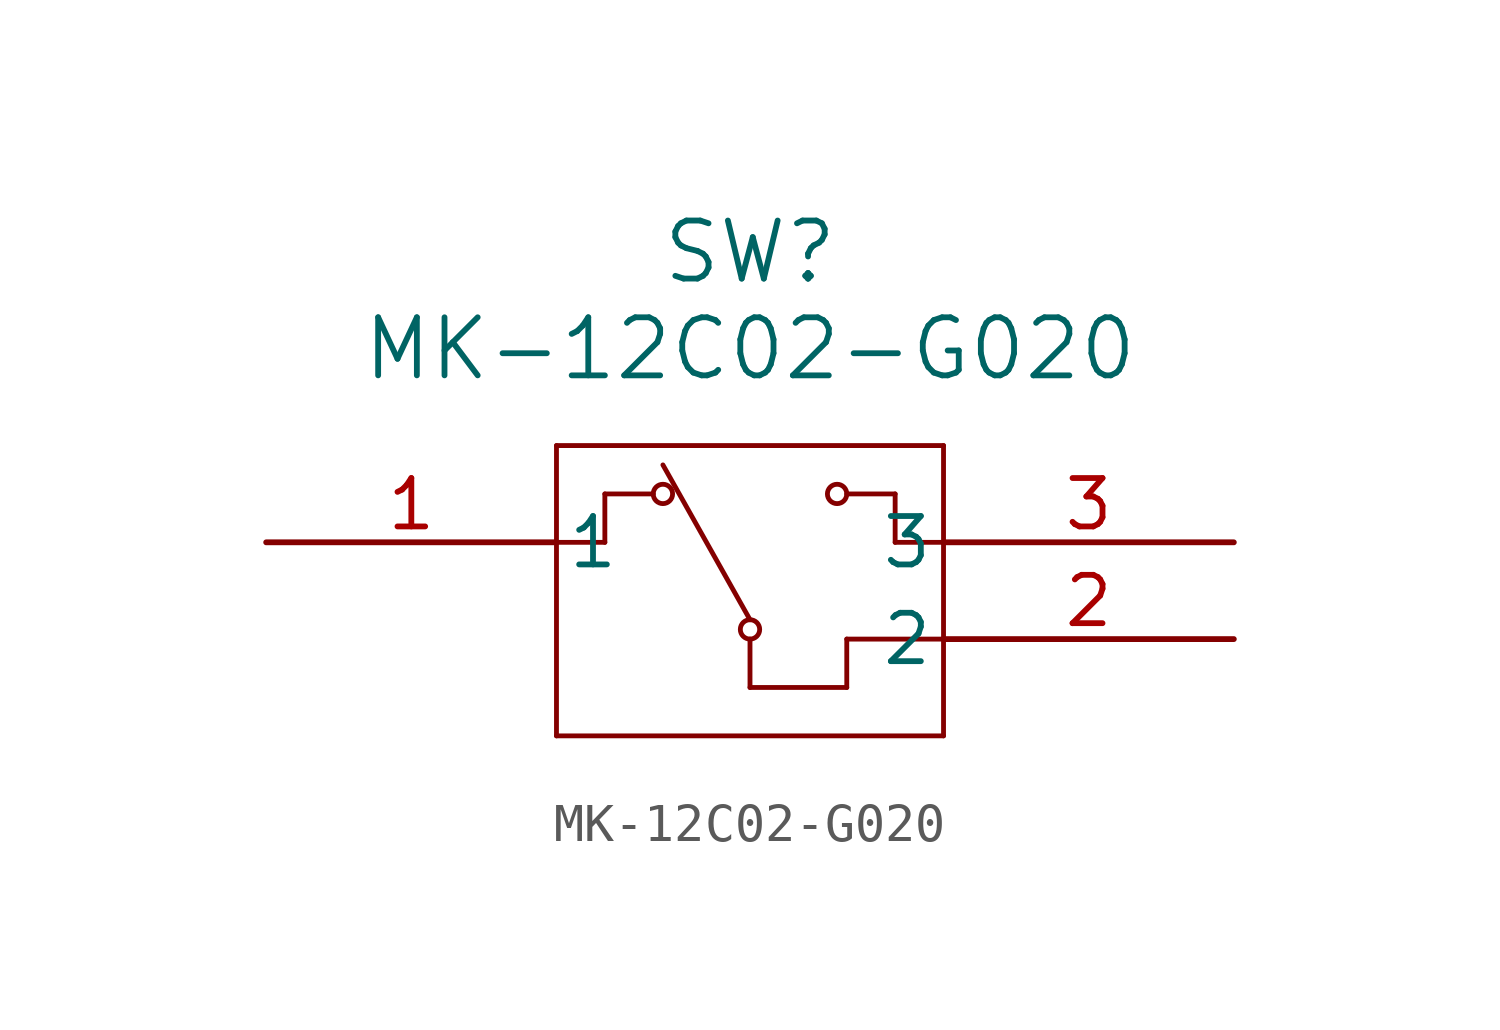
<source format=kicad_sym>
(kicad_symbol_lib
  (version 20211014)
  (generator kicad_symbol_editor)
  (symbol "MK-12C02-G020"
    (pin_names
      (offset 0.254))
    (property "Reference" "SW"
      (at 12.7 7.62 0)
      (effects (font (size 1.524 1.524))))
    (property "Value" "MK-12C02-G020"
      (at 12.7 5.08 0)
      (effects (font (size 1.524 1.524))))
    (symbol "MK-12C02-G020_0_1"
      (polyline (pts (xy 7.62 2.54) (xy 7.62 -5.08)) (stroke (width 0.127) (type default) (color 0 0 0 0)) (fill (type none)))
      (polyline (pts (xy 7.62 -5.08) (xy 17.78 -5.08)) (stroke (width 0.127) (type default) (color 0 0 0 0)) (fill (type none)))
      (polyline (pts (xy 17.78 -5.08) (xy 17.78 2.54)) (stroke (width 0.127) (type default) (color 0 0 0 0)) (fill (type none)))
      (polyline (pts (xy 17.78 2.54) (xy 7.62 2.54)) (stroke (width 0.127) (type default) (color 0 0 0 0)) (fill (type none)))
      (polyline (pts (xy 8.89 1.27) (xy 10.16 1.27)) (stroke (width 0.127) (type default) (color 0 0 0 0)) (fill (type none)))
      (polyline (pts (xy 16.51 0) (xy 17.78 0)) (stroke (width 0.127) (type default) (color 0 0 0 0)) (fill (type none)))
      (polyline (pts (xy 17.78 -2.54) (xy 15.24 -2.54)) (stroke (width 0.127) (type default) (color 0 0 0 0)) (fill (type none)))
      (polyline (pts (xy 15.24 -2.54) (xy 15.24 -3.81)) (stroke (width 0.127) (type default) (color 0 0 0 0)) (fill (type none)))
      (polyline (pts (xy 15.24 -3.81) (xy 12.7 -3.81)) (stroke (width 0.127) (type default) (color 0 0 0 0)) (fill (type none)))
      (polyline (pts (xy 12.7 -3.81) (xy 12.7 -2.54)) (stroke (width 0.127) (type default) (color 0 0 0 0)) (fill (type none)))
      (circle (center 10.414 1.27) (radius 0.254) (stroke (width 0.127) (type default) (color 0 0 0 0)) (fill (type none)))
      (circle (center 14.986 1.27) (radius 0.254) (stroke (width 0.127) (type default) (color 0 0 0 0)) (fill (type none)))
      (circle (center 12.7 -2.286) (radius 0.254) (stroke (width 0.127) (type default) (color 0 0 0 0)) (fill (type none)))
      (polyline (pts (xy 12.7 -2.032) (xy 10.414 2.032)) (stroke (width 0.127) (type default) (color 0 0 0 0)) (fill (type none)))
      (polyline (pts (xy 7.62 0) (xy 8.89 0)) (stroke (width 0.127) (type default) (color 0 0 0 0)) (fill (type none)))
      (polyline (pts (xy 8.89 0) (xy 8.89 1.27)) (stroke (width 0.127) (type default) (color 0 0 0 0)) (fill (type none)))
      (polyline (pts (xy 15.24 1.27) (xy 16.51 1.27)) (stroke (width 0.127) (type default) (color 0 0 0 0)) (fill (type none)))
      (polyline (pts (xy 16.51 1.27) (xy 16.51 0)) (stroke (width 0.127) (type default) (color 0 0 0 0)) (fill (type none)))
      (pin unspecified line (at 0 0 0) (length 7.62) (name "1" (effects (font (size 1.27 1.27)))) (number "1" (effects (font (size 1.27 1.27)))))
      (pin unspecified line (at 25.4 -2.54 180) (length 7.62) (name "2" (effects (font (size 1.27 1.27)))) (number "2" (effects (font (size 1.27 1.27)))))
      (pin unspecified line (at 25.4 0 180) (length 7.62) (name "3" (effects (font (size 1.27 1.27)))) (number "3" (effects (font (size 1.27 1.27))))))))
</source>
